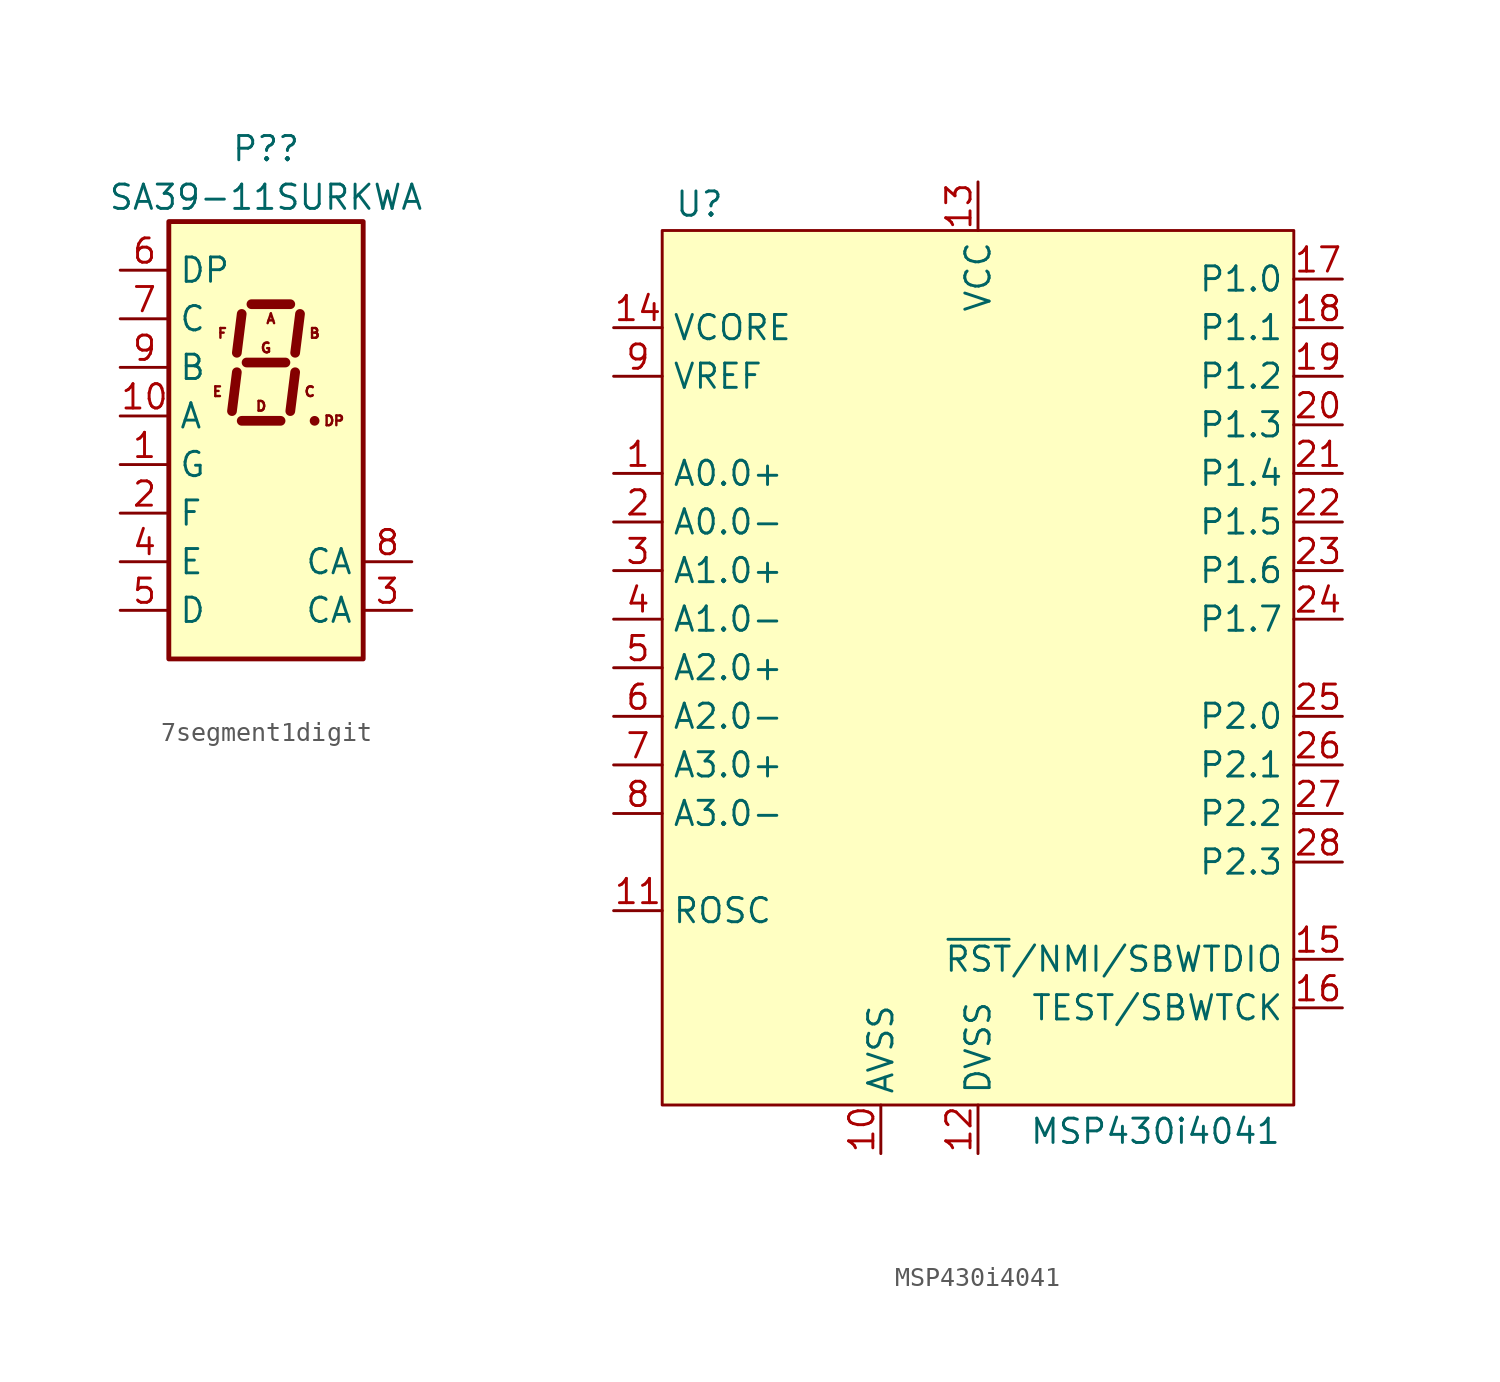
<source format=kicad_sym>
(kicad_symbol_lib
  (version 20220914)
  (generator kicad_symbol_editor)
  (symbol "7segment1digit"
    (property "Reference" "P?"
      (at 0 13.97 0)
      (effects (font (size 1.27 1.27))))
    (property "Value" "SA39-11SURKWA"
      (at 0 11.43 0)
      (effects (font (size 1.27 1.27))))
    (symbol "7segment1digit_1_0"
      (text "A" (at 0.254 5.08 0) (effects (font (size 0.508 0.508))))
      (text "B" (at 2.54 4.318 0) (effects (font (size 0.508 0.508))))
      (text "C" (at 2.286 1.27 0) (effects (font (size 0.508 0.508))))
      (text "D" (at -0.254 0.508 0) (effects (font (size 0.508 0.508))))
      (text "DP" (at 3.556 -0.254 0) (effects (font (size 0.508 0.508))))
      (text "E" (at -2.54 1.27 0) (effects (font (size 0.508 0.508))))
      (text "F" (at -2.286 4.318 0) (effects (font (size 0.508 0.508))))
      (text "G" (at 0 3.556 0) (effects (font (size 0.508 0.508)))))
    (symbol "7segment1digit_1_1"
      (rectangle (start -5.08 10.16) (end 5.08 -12.7) (stroke (width 0.254) (type default)) (fill (type background)))
      (polyline (pts (xy -1.524 2.286) (xy -1.778 0.254)) (stroke (width 0.508) (type default)) (fill (type none)))
      (polyline (pts (xy -1.27 -0.254) (xy 0.762 -0.254)) (stroke (width 0.508) (type default)) (fill (type none)))
      (polyline (pts (xy -1.27 5.334) (xy -1.524 3.302)) (stroke (width 0.508) (type default)) (fill (type none)))
      (polyline (pts (xy -1.016 2.794) (xy 1.016 2.794)) (stroke (width 0.508) (type default)) (fill (type none)))
      (polyline (pts (xy -0.762 5.842) (xy 1.27 5.842)) (stroke (width 0.508) (type default)) (fill (type none)))
      (polyline (pts (xy 1.524 2.286) (xy 1.27 0.254)) (stroke (width 0.508) (type default)) (fill (type none)))
      (polyline (pts (xy 1.778 5.334) (xy 1.524 3.302)) (stroke (width 0.508) (type default)) (fill (type none)))
      (polyline (pts (xy 2.54 -0.254) (xy 2.54 -0.254)) (stroke (width 0.508) (type default)) (fill (type none)))
      (pin input line (at -7.62 -2.54 0) (length 2.54) (name "G" (effects (font (size 1.27 1.27)))) (number "1" (effects (font (size 1.27 1.27)))))
      (pin input line (at -7.62 0 0) (length 2.54) (name "A" (effects (font (size 1.27 1.27)))) (number "10" (effects (font (size 1.27 1.27)))))
      (pin input line (at -7.62 -5.08 0) (length 2.54) (name "F" (effects (font (size 1.27 1.27)))) (number "2" (effects (font (size 1.27 1.27)))))
      (pin input line (at 7.62 -10.16 180) (length 2.54) (name "CA" (effects (font (size 1.27 1.27)))) (number "3" (effects (font (size 1.27 1.27)))))
      (pin input line (at -7.62 -7.62 0) (length 2.54) (name "E" (effects (font (size 1.27 1.27)))) (number "4" (effects (font (size 1.27 1.27)))))
      (pin input line (at -7.62 -10.16 0) (length 2.54) (name "D" (effects (font (size 1.27 1.27)))) (number "5" (effects (font (size 1.27 1.27)))))
      (pin input line (at -7.62 7.62 0) (length 2.54) (name "DP" (effects (font (size 1.27 1.27)))) (number "6" (effects (font (size 1.27 1.27)))))
      (pin input line (at -7.62 5.08 0) (length 2.54) (name "C" (effects (font (size 1.27 1.27)))) (number "7" (effects (font (size 1.27 1.27)))))
      (pin input line (at 7.62 -7.62 180) (length 2.54) (name "CA" (effects (font (size 1.27 1.27)))) (number "8" (effects (font (size 1.27 1.27)))))
      (pin input line (at -7.62 2.54 0) (length 2.54) (name "B" (effects (font (size 1.27 1.27)))) (number "9" (effects (font (size 1.27 1.27)))))))
  (symbol "MSP430i4041"
    (property "Reference" "U"
      (at -15.875 19.685 0)
      (effects (font (size 1.27 1.27)) (justify left bottom)))
    (property "Value" "MSP430i4041"
      (at 15.875 -27.305 0)
      (effects (font (size 1.27 1.27)) (justify right top)))
    (symbol "MSP430i4041_0_0"
      (pin input line (at -19.05 6.35 0) (length 2.54) (name "A0.0+" (effects (font (size 1.27 1.27)))) (number "1" (effects (font (size 1.27 1.27)))))
      (pin power_in line (at -5.08 -29.21 90) (length 2.54) (name "AVSS" (effects (font (size 1.27 1.27)))) (number "10" (effects (font (size 1.27 1.27)))))
      (pin passive line (at -19.05 -16.51 0) (length 2.54) (name "ROSC" (effects (font (size 1.27 1.27)))) (number "11" (effects (font (size 1.27 1.27)))))
      (pin power_in line (at 0 -29.21 90) (length 2.54) (name "DVSS" (effects (font (size 1.27 1.27)))) (number "12" (effects (font (size 1.27 1.27)))))
      (pin power_in line (at 0 21.59 270) (length 2.54) (name "VCC" (effects (font (size 1.27 1.27)))) (number "13" (effects (font (size 1.27 1.27)))))
      (pin power_out line (at -19.05 13.97 0) (length 2.54) (name "VCORE" (effects (font (size 1.27 1.27)))) (number "14" (effects (font (size 1.27 1.27)))))
      (pin input line (at -19.05 3.81 0) (length 2.54) (name "A0.0-" (effects (font (size 1.27 1.27)))) (number "2" (effects (font (size 1.27 1.27)))))
      (pin input line (at -19.05 1.27 0) (length 2.54) (name "A1.0+" (effects (font (size 1.27 1.27)))) (number "3" (effects (font (size 1.27 1.27)))))
      (pin input line (at -19.05 -1.27 0) (length 2.54) (name "A1.0-" (effects (font (size 1.27 1.27)))) (number "4" (effects (font (size 1.27 1.27)))))
      (pin input line (at -19.05 -3.81 0) (length 2.54) (name "A2.0+" (effects (font (size 1.27 1.27)))) (number "5" (effects (font (size 1.27 1.27)))))
      (pin input line (at -19.05 -6.35 0) (length 2.54) (name "A2.0-" (effects (font (size 1.27 1.27)))) (number "6" (effects (font (size 1.27 1.27)))))
      (pin input line (at -19.05 -8.89 0) (length 2.54) (name "A3.0+" (effects (font (size 1.27 1.27)))) (number "7" (effects (font (size 1.27 1.27)))))
      (pin input line (at -19.05 -11.43 0) (length 2.54) (name "A3.0-" (effects (font (size 1.27 1.27)))) (number "8" (effects (font (size 1.27 1.27)))))
      (pin input line (at -19.05 11.43 0) (length 2.54) (name "VREF" (effects (font (size 1.27 1.27)))) (number "9" (effects (font (size 1.27 1.27))))))
    (symbol "MSP430i4041_1_0"
      (pin bidirectional line (at 19.05 -19.05 180) (length 2.54) (name "~{RST}/NMI/SBWTDIO" (effects (font (size 1.27 1.27)))) (number "15" (effects (font (size 1.27 1.27)))) (alternate "NMI" input line) (alternate "SBWTDIO" bidirectional line) (alternate "~{RST}" input line))
      (pin input line (at 19.05 -21.59 180) (length 2.54) (name "TEST/SBWTCK" (effects (font (size 1.27 1.27)))) (number "16" (effects (font (size 1.27 1.27)))) (alternate "SBWTCK" input line) (alternate "TEST" input line))
      (pin bidirectional line (at 19.05 16.51 180) (length 2.54) (name "P1.0" (effects (font (size 1.27 1.27)))) (number "17" (effects (font (size 1.27 1.27)))) (alternate "MCLK" output line) (alternate "TCK" input line) (alternate "UCA0STE" bidirectional line))
      (pin bidirectional line (at 19.05 13.97 180) (length 2.54) (name "P1.1" (effects (font (size 1.27 1.27)))) (number "18" (effects (font (size 1.27 1.27)))) (alternate "SMCLK" output line) (alternate "TMS" input line) (alternate "UACA0CLK" bidirectional line))
      (pin bidirectional line (at 19.05 11.43 180) (length 2.54) (name "P1.2" (effects (font (size 1.27 1.27)))) (number "19" (effects (font (size 1.27 1.27)))) (alternate "ACLK" output line) (alternate "TDI/TCLK" input line) (alternate "UCA0RXD" bidirectional line))
      (pin bidirectional line (at 19.05 8.89 180) (length 2.54) (name "P1.3" (effects (font (size 1.27 1.27)))) (number "20" (effects (font (size 1.27 1.27)))) (alternate "TA0CLK" input line) (alternate "TDO/TDI" bidirectional line) (alternate "UCA0SIMO" bidirectional line) (alternate "UCA0TXD" output line))
      (pin bidirectional line (at 19.05 6.35 180) (length 2.54) (name "P1.4" (effects (font (size 1.27 1.27)))) (number "21" (effects (font (size 1.27 1.27)))) (alternate "TA0.0" bidirectional line) (alternate "UCB0STE" bidirectional line))
      (pin bidirectional line (at 19.05 3.81 180) (length 2.54) (name "P1.5" (effects (font (size 1.27 1.27)))) (number "22" (effects (font (size 1.27 1.27)))) (alternate "TA0.1" bidirectional line) (alternate "UCB0CLK" bidirectional line))
      (pin bidirectional line (at 19.05 1.27 180) (length 2.54) (name "P1.6" (effects (font (size 1.27 1.27)))) (number "23" (effects (font (size 1.27 1.27)))) (alternate "TA0.2" bidirectional line) (alternate "UCB0SCL" bidirectional line) (alternate "UCB0SOMI" bidirectional line))
      (pin bidirectional line (at 19.05 -1.27 180) (length 2.54) (name "P1.7" (effects (font (size 1.27 1.27)))) (number "24" (effects (font (size 1.27 1.27)))) (alternate "TA1CLK" input line) (alternate "UCB0SDA" bidirectional line) (alternate "UCB0SIMO" bidirectional line))
      (pin bidirectional line (at 19.05 -6.35 180) (length 2.54) (name "P2.0" (effects (font (size 1.27 1.27)))) (number "25" (effects (font (size 1.27 1.27)))) (alternate "CLKIN" input line) (alternate "TA1.0" bidirectional line))
      (pin bidirectional line (at 19.05 -8.89 180) (length 2.54) (name "P2.1" (effects (font (size 1.27 1.27)))) (number "26" (effects (font (size 1.27 1.27)))) (alternate "TA1.1" bidirectional line))
      (pin bidirectional line (at 19.05 -11.43 180) (length 2.54) (name "P2.2" (effects (font (size 1.27 1.27)))) (number "27" (effects (font (size 1.27 1.27)))) (alternate "TA1.2" bidirectional line))
      (pin bidirectional line (at 19.05 -13.97 180) (length 2.54) (name "P2.3" (effects (font (size 1.27 1.27)))) (number "28" (effects (font (size 1.27 1.27)))) (alternate "VMONIN" input line)))
    (symbol "MSP430i4041_1_1"
      (rectangle (start -16.51 19.05) (end 16.51 -26.67) (stroke (width 0) (type default)) (fill (type background))))))
</source>
